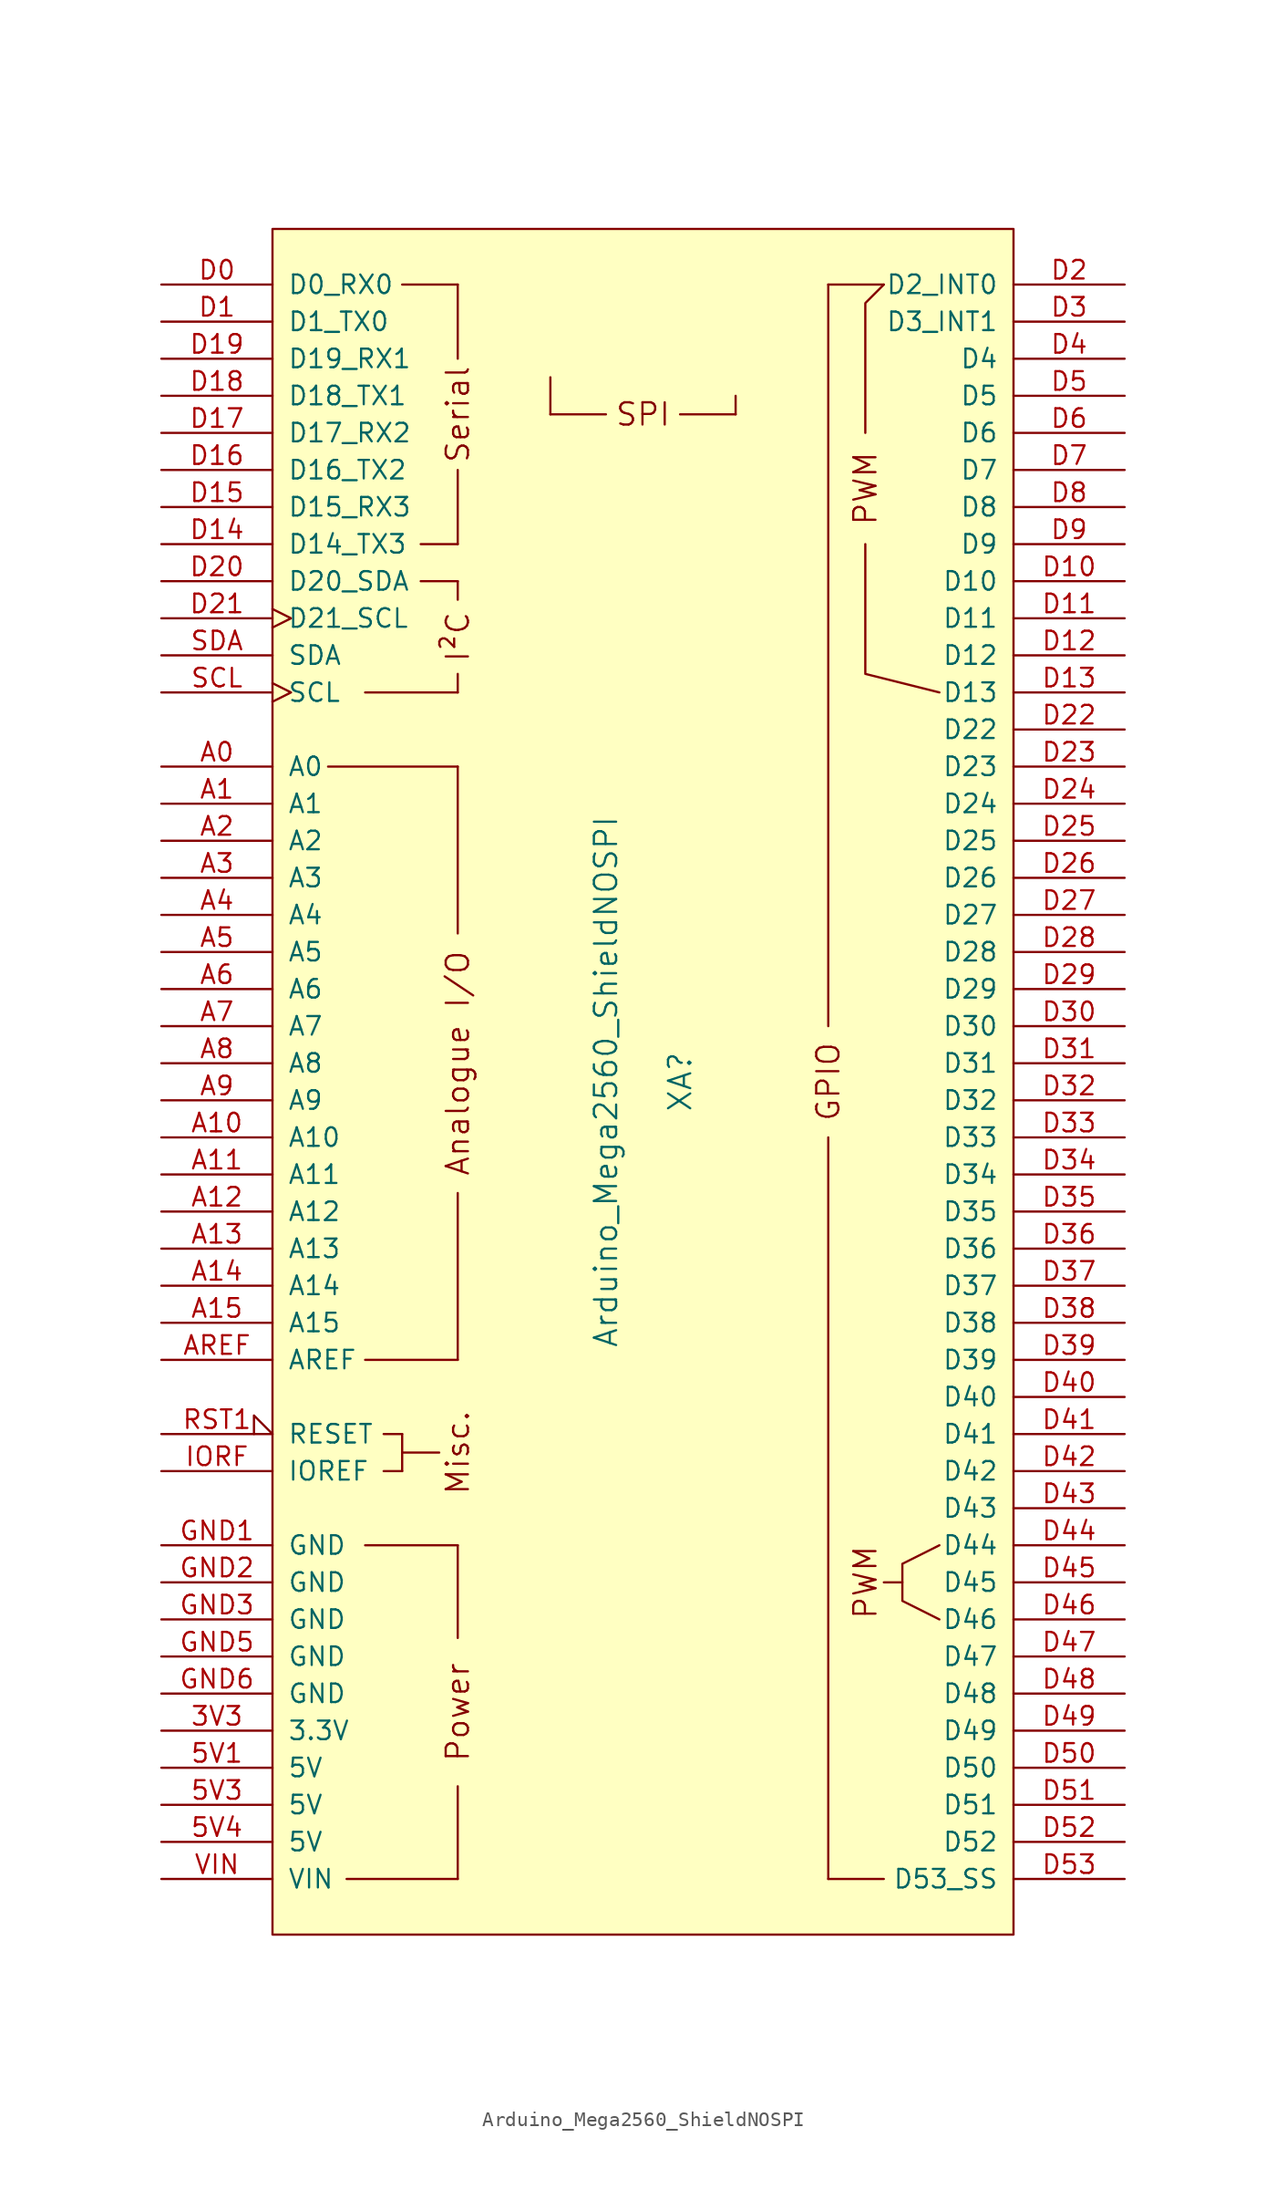
<source format=kicad_sym>
(kicad_symbol_lib
  (version 20211014)
  (generator kicad_symbol_editor)
  (symbol "Arduino_Mega2560_ShieldNOSPI"
    (pin_names
      (offset 1.016))
    (property "Reference" "XA"
      (at 2.54 0 90)
      (effects (font (size 1.524 1.524))))
    (property "Value" "Arduino_Mega2560_ShieldNOSPI"
      (at -2.54 0 90)
      (effects (font (size 1.524 1.524))))
    (symbol "Arduino_Mega2560_ShieldNOSPI_0_0"
      (rectangle (start -25.4 -58.42) (end 25.4 58.42) (stroke (width 0) (type default) (color 0 0 0 0)) (fill (type background)))
      (rectangle (start -20.32 -54.61) (end -12.7 -54.61) (stroke (width 0) (type default) (color 0 0 0 0)) (fill (type none)))
      (rectangle (start -19.05 -31.75) (end -12.7 -31.75) (stroke (width 0) (type default) (color 0 0 0 0)) (fill (type none)))
      (rectangle (start -19.05 -19.05) (end -12.7 -19.05) (stroke (width 0) (type default) (color 0 0 0 0)) (fill (type none)))
      (rectangle (start -19.05 26.67) (end -12.7 26.67) (stroke (width 0) (type default) (color 0 0 0 0)) (fill (type none)))
      (rectangle (start -17.78 -26.67) (end -16.51 -26.67) (stroke (width 0) (type default) (color 0 0 0 0)) (fill (type none)))
      (rectangle (start -17.78 -24.13) (end -16.51 -24.13) (stroke (width 0) (type default) (color 0 0 0 0)) (fill (type none)))
      (rectangle (start -16.51 -25.4) (end -13.97 -25.4) (stroke (width 0) (type default) (color 0 0 0 0)) (fill (type none)))
      (rectangle (start -16.51 -24.13) (end -16.51 -26.67) (stroke (width 0) (type default) (color 0 0 0 0)) (fill (type none)))
      (rectangle (start -16.51 54.61) (end -12.7 54.61) (stroke (width 0) (type default) (color 0 0 0 0)) (fill (type none)))
      (rectangle (start -15.24 34.29) (end -12.7 34.29) (stroke (width 0) (type default) (color 0 0 0 0)) (fill (type none)))
      (rectangle (start -15.24 36.83) (end -12.7 36.83) (stroke (width 0) (type default) (color 0 0 0 0)) (fill (type none)))
      (rectangle (start -12.7 -54.61) (end -12.7 -48.26) (stroke (width 0) (type default) (color 0 0 0 0)) (fill (type none)))
      (rectangle (start -12.7 -31.75) (end -12.7 -38.1) (stroke (width 0) (type default) (color 0 0 0 0)) (fill (type none)))
      (rectangle (start -12.7 26.67) (end -12.7 27.94) (stroke (width 0) (type default) (color 0 0 0 0)) (fill (type none)))
      (rectangle (start -12.7 34.29) (end -12.7 33.02) (stroke (width 0) (type default) (color 0 0 0 0)) (fill (type none)))
      (rectangle (start -12.7 41.91) (end -12.7 36.83) (stroke (width 0) (type default) (color 0 0 0 0)) (fill (type none)))
      (rectangle (start -12.7 49.53) (end -12.7 54.61) (stroke (width 0) (type default) (color 0 0 0 0)) (fill (type none)))
      (rectangle (start -6.35 48.26) (end -6.35 45.72) (stroke (width 0) (type default) (color 0 0 0 0)) (fill (type none)))
      (rectangle (start -2.54 45.72) (end -6.35 45.72) (stroke (width 0) (type default) (color 0 0 0 0)) (fill (type none)))
      (polyline (pts (xy -21.59 21.59) (xy -12.7 21.59)) (stroke (width 0) (type default) (color 0 0 0 0)) (fill (type none)))
      (polyline (pts (xy -12.7 -19.05) (xy -12.7 -7.62)) (stroke (width 0) (type default) (color 0 0 0 0)) (fill (type none)))
      (polyline (pts (xy -12.7 10.16) (xy -12.7 21.59)) (stroke (width 0) (type default) (color 0 0 0 0)) (fill (type none)))
      (polyline (pts (xy 12.7 -54.61) (xy 16.51 -54.61)) (stroke (width 0) (type default) (color 0 0 0 0)) (fill (type none)))
      (polyline (pts (xy 12.7 54.61) (xy 16.51 54.61)) (stroke (width 0) (type default) (color 0 0 0 0)) (fill (type none)))
      (polyline (pts (xy 17.78 -34.29) (xy 16.51 -34.29)) (stroke (width 0) (type default) (color 0 0 0 0)) (fill (type none)))
      (polyline (pts (xy 15.24 36.83) (xy 15.24 27.94) (xy 20.32 26.67)) (stroke (width 0) (type default) (color 0 0 0 0)) (fill (type none)))
      (polyline (pts (xy 15.24 44.45) (xy 15.24 53.34) (xy 16.51 54.61)) (stroke (width 0) (type default) (color 0 0 0 0)) (fill (type none)))
      (polyline (pts (xy 20.32 -31.75) (xy 17.78 -33.02) (xy 17.78 -35.56) (xy 20.32 -36.83)) (stroke (width 0) (type default) (color 0 0 0 0)) (fill (type none)))
      (rectangle (start 6.35 45.72) (end 2.54 45.72) (stroke (width 0) (type default) (color 0 0 0 0)) (fill (type none)))
      (rectangle (start 6.35 46.99) (end 6.35 45.72) (stroke (width 0) (type default) (color 0 0 0 0)) (fill (type none)))
      (text "Analogue I/O" (at -12.7 1.27 900) (effects (font (size 1.524 1.524))))
      (text "I²C" (at -12.7 30.48 900) (effects (font (size 1.524 1.524))))
      (text "Misc." (at -12.7 -25.4 900) (effects (font (size 1.524 1.524))))
      (text "Power" (at -12.7 -43.18 900) (effects (font (size 1.524 1.524))))
      (text "PWM" (at 15.24 -34.29 900) (effects (font (size 1.524 1.524))))
      (text "PWM" (at 15.24 40.64 900) (effects (font (size 1.524 1.524))))
      (text "Serial" (at -12.7 45.72 900) (effects (font (size 1.524 1.524))))
      (text "SPI" (at 0 45.72 0) (effects (font (size 1.524 1.524)))))
    (symbol "Arduino_Mega2560_ShieldNOSPI_1_0"
      (rectangle (start 12.7 -54.61) (end 12.7 -3.81) (stroke (width 0) (type default) (color 0 0 0 0)) (fill (type none)))
      (rectangle (start 12.7 54.61) (end 12.7 3.81) (stroke (width 0) (type default) (color 0 0 0 0)) (fill (type none)))
      (text "GPIO" (at 12.7 0 900) (effects (font (size 1.524 1.524)))))
    (symbol "Arduino_Mega2560_ShieldNOSPI_1_1"
      (pin power_in line (at -33.02 -44.45 0) (length 7.62) (name "3.3V" (effects (font (size 1.27 1.27)))) (number "3V3" (effects (font (size 1.27 1.27)))))
      (pin power_in line (at -33.02 -46.99 0) (length 7.62) (name "5V" (effects (font (size 1.27 1.27)))) (number "5V1" (effects (font (size 1.27 1.27)))))
      (pin power_in line (at -33.02 -49.53 0) (length 7.62) (name "5V" (effects (font (size 1.27 1.27)))) (number "5V3" (effects (font (size 1.27 1.27)))))
      (pin power_in line (at -33.02 -52.07 0) (length 7.62) (name "5V" (effects (font (size 1.27 1.27)))) (number "5V4" (effects (font (size 1.27 1.27)))))
      (pin bidirectional line (at -33.02 21.59 0) (length 7.62) (name "A0" (effects (font (size 1.27 1.27)))) (number "A0" (effects (font (size 1.27 1.27)))))
      (pin bidirectional line (at -33.02 19.05 0) (length 7.62) (name "A1" (effects (font (size 1.27 1.27)))) (number "A1" (effects (font (size 1.27 1.27)))))
      (pin bidirectional line (at -33.02 -3.81 0) (length 7.62) (name "A10" (effects (font (size 1.27 1.27)))) (number "A10" (effects (font (size 1.27 1.27)))))
      (pin bidirectional line (at -33.02 -6.35 0) (length 7.62) (name "A11" (effects (font (size 1.27 1.27)))) (number "A11" (effects (font (size 1.27 1.27)))))
      (pin bidirectional line (at -33.02 -8.89 0) (length 7.62) (name "A12" (effects (font (size 1.27 1.27)))) (number "A12" (effects (font (size 1.27 1.27)))))
      (pin bidirectional line (at -33.02 -11.43 0) (length 7.62) (name "A13" (effects (font (size 1.27 1.27)))) (number "A13" (effects (font (size 1.27 1.27)))))
      (pin bidirectional line (at -33.02 -13.97 0) (length 7.62) (name "A14" (effects (font (size 1.27 1.27)))) (number "A14" (effects (font (size 1.27 1.27)))))
      (pin bidirectional line (at -33.02 -16.51 0) (length 7.62) (name "A15" (effects (font (size 1.27 1.27)))) (number "A15" (effects (font (size 1.27 1.27)))))
      (pin bidirectional line (at -33.02 16.51 0) (length 7.62) (name "A2" (effects (font (size 1.27 1.27)))) (number "A2" (effects (font (size 1.27 1.27)))))
      (pin bidirectional line (at -33.02 13.97 0) (length 7.62) (name "A3" (effects (font (size 1.27 1.27)))) (number "A3" (effects (font (size 1.27 1.27)))))
      (pin bidirectional line (at -33.02 11.43 0) (length 7.62) (name "A4" (effects (font (size 1.27 1.27)))) (number "A4" (effects (font (size 1.27 1.27)))))
      (pin bidirectional line (at -33.02 8.89 0) (length 7.62) (name "A5" (effects (font (size 1.27 1.27)))) (number "A5" (effects (font (size 1.27 1.27)))))
      (pin bidirectional line (at -33.02 6.35 0) (length 7.62) (name "A6" (effects (font (size 1.27 1.27)))) (number "A6" (effects (font (size 1.27 1.27)))))
      (pin bidirectional line (at -33.02 3.81 0) (length 7.62) (name "A7" (effects (font (size 1.27 1.27)))) (number "A7" (effects (font (size 1.27 1.27)))))
      (pin bidirectional line (at -33.02 1.27 0) (length 7.62) (name "A8" (effects (font (size 1.27 1.27)))) (number "A8" (effects (font (size 1.27 1.27)))))
      (pin bidirectional line (at -33.02 -1.27 0) (length 7.62) (name "A9" (effects (font (size 1.27 1.27)))) (number "A9" (effects (font (size 1.27 1.27)))))
      (pin input line (at -33.02 -19.05 0) (length 7.62) (name "AREF" (effects (font (size 1.27 1.27)))) (number "AREF" (effects (font (size 1.27 1.27)))))
      (pin bidirectional line (at -33.02 54.61 0) (length 7.62) (name "D0_RX0" (effects (font (size 1.27 1.27)))) (number "D0" (effects (font (size 1.27 1.27)))))
      (pin bidirectional line (at -33.02 52.07 0) (length 7.62) (name "D1_TX0" (effects (font (size 1.27 1.27)))) (number "D1" (effects (font (size 1.27 1.27)))))
      (pin bidirectional line (at 33.02 34.29 180) (length 7.62) (name "D10" (effects (font (size 1.27 1.27)))) (number "D10" (effects (font (size 1.27 1.27)))))
      (pin bidirectional line (at 33.02 31.75 180) (length 7.62) (name "D11" (effects (font (size 1.27 1.27)))) (number "D11" (effects (font (size 1.27 1.27)))))
      (pin bidirectional line (at 33.02 29.21 180) (length 7.62) (name "D12" (effects (font (size 1.27 1.27)))) (number "D12" (effects (font (size 1.27 1.27)))))
      (pin bidirectional line (at 33.02 26.67 180) (length 7.62) (name "D13" (effects (font (size 1.27 1.27)))) (number "D13" (effects (font (size 1.27 1.27)))))
      (pin bidirectional line (at -33.02 36.83 0) (length 7.62) (name "D14_TX3" (effects (font (size 1.27 1.27)))) (number "D14" (effects (font (size 1.27 1.27)))))
      (pin bidirectional line (at -33.02 39.37 0) (length 7.62) (name "D15_RX3" (effects (font (size 1.27 1.27)))) (number "D15" (effects (font (size 1.27 1.27)))))
      (pin bidirectional line (at -33.02 41.91 0) (length 7.62) (name "D16_TX2" (effects (font (size 1.27 1.27)))) (number "D16" (effects (font (size 1.27 1.27)))))
      (pin bidirectional line (at -33.02 44.45 0) (length 7.62) (name "D17_RX2" (effects (font (size 1.27 1.27)))) (number "D17" (effects (font (size 1.27 1.27)))))
      (pin bidirectional line (at -33.02 46.99 0) (length 7.62) (name "D18_TX1" (effects (font (size 1.27 1.27)))) (number "D18" (effects (font (size 1.27 1.27)))))
      (pin bidirectional line (at -33.02 49.53 0) (length 7.62) (name "D19_RX1" (effects (font (size 1.27 1.27)))) (number "D19" (effects (font (size 1.27 1.27)))))
      (pin bidirectional line (at 33.02 54.61 180) (length 7.62) (name "D2_INT0" (effects (font (size 1.27 1.27)))) (number "D2" (effects (font (size 1.27 1.27)))))
      (pin bidirectional line (at -33.02 34.29 0) (length 7.62) (name "D20_SDA" (effects (font (size 1.27 1.27)))) (number "D20" (effects (font (size 1.27 1.27)))))
      (pin bidirectional clock (at -33.02 31.75 0) (length 7.62) (name "D21_SCL" (effects (font (size 1.27 1.27)))) (number "D21" (effects (font (size 1.27 1.27)))))
      (pin bidirectional line (at 33.02 24.13 180) (length 7.62) (name "D22" (effects (font (size 1.27 1.27)))) (number "D22" (effects (font (size 1.27 1.27)))))
      (pin bidirectional line (at 33.02 21.59 180) (length 7.62) (name "D23" (effects (font (size 1.27 1.27)))) (number "D23" (effects (font (size 1.27 1.27)))))
      (pin bidirectional line (at 33.02 19.05 180) (length 7.62) (name "D24" (effects (font (size 1.27 1.27)))) (number "D24" (effects (font (size 1.27 1.27)))))
      (pin bidirectional line (at 33.02 16.51 180) (length 7.62) (name "D25" (effects (font (size 1.27 1.27)))) (number "D25" (effects (font (size 1.27 1.27)))))
      (pin bidirectional line (at 33.02 13.97 180) (length 7.62) (name "D26" (effects (font (size 1.27 1.27)))) (number "D26" (effects (font (size 1.27 1.27)))))
      (pin bidirectional line (at 33.02 11.43 180) (length 7.62) (name "D27" (effects (font (size 1.27 1.27)))) (number "D27" (effects (font (size 1.27 1.27)))))
      (pin bidirectional line (at 33.02 8.89 180) (length 7.62) (name "D28" (effects (font (size 1.27 1.27)))) (number "D28" (effects (font (size 1.27 1.27)))))
      (pin bidirectional line (at 33.02 6.35 180) (length 7.62) (name "D29" (effects (font (size 1.27 1.27)))) (number "D29" (effects (font (size 1.27 1.27)))))
      (pin bidirectional line (at 33.02 52.07 180) (length 7.62) (name "D3_INT1" (effects (font (size 1.27 1.27)))) (number "D3" (effects (font (size 1.27 1.27)))))
      (pin bidirectional line (at 33.02 3.81 180) (length 7.62) (name "D30" (effects (font (size 1.27 1.27)))) (number "D30" (effects (font (size 1.27 1.27)))))
      (pin bidirectional line (at 33.02 1.27 180) (length 7.62) (name "D31" (effects (font (size 1.27 1.27)))) (number "D31" (effects (font (size 1.27 1.27)))))
      (pin bidirectional line (at 33.02 -1.27 180) (length 7.62) (name "D32" (effects (font (size 1.27 1.27)))) (number "D32" (effects (font (size 1.27 1.27)))))
      (pin bidirectional line (at 33.02 -3.81 180) (length 7.62) (name "D33" (effects (font (size 1.27 1.27)))) (number "D33" (effects (font (size 1.27 1.27)))))
      (pin bidirectional line (at 33.02 -6.35 180) (length 7.62) (name "D34" (effects (font (size 1.27 1.27)))) (number "D34" (effects (font (size 1.27 1.27)))))
      (pin bidirectional line (at 33.02 -8.89 180) (length 7.62) (name "D35" (effects (font (size 1.27 1.27)))) (number "D35" (effects (font (size 1.27 1.27)))))
      (pin bidirectional line (at 33.02 -11.43 180) (length 7.62) (name "D36" (effects (font (size 1.27 1.27)))) (number "D36" (effects (font (size 1.27 1.27)))))
      (pin bidirectional line (at 33.02 -13.97 180) (length 7.62) (name "D37" (effects (font (size 1.27 1.27)))) (number "D37" (effects (font (size 1.27 1.27)))))
      (pin bidirectional line (at 33.02 -16.51 180) (length 7.62) (name "D38" (effects (font (size 1.27 1.27)))) (number "D38" (effects (font (size 1.27 1.27)))))
      (pin bidirectional line (at 33.02 -19.05 180) (length 7.62) (name "D39" (effects (font (size 1.27 1.27)))) (number "D39" (effects (font (size 1.27 1.27)))))
      (pin bidirectional line (at 33.02 49.53 180) (length 7.62) (name "D4" (effects (font (size 1.27 1.27)))) (number "D4" (effects (font (size 1.27 1.27)))))
      (pin bidirectional line (at 33.02 -21.59 180) (length 7.62) (name "D40" (effects (font (size 1.27 1.27)))) (number "D40" (effects (font (size 1.27 1.27)))))
      (pin bidirectional line (at 33.02 -24.13 180) (length 7.62) (name "D41" (effects (font (size 1.27 1.27)))) (number "D41" (effects (font (size 1.27 1.27)))))
      (pin bidirectional line (at 33.02 -26.67 180) (length 7.62) (name "D42" (effects (font (size 1.27 1.27)))) (number "D42" (effects (font (size 1.27 1.27)))))
      (pin bidirectional line (at 33.02 -29.21 180) (length 7.62) (name "D43" (effects (font (size 1.27 1.27)))) (number "D43" (effects (font (size 1.27 1.27)))))
      (pin bidirectional line (at 33.02 -31.75 180) (length 7.62) (name "D44" (effects (font (size 1.27 1.27)))) (number "D44" (effects (font (size 1.27 1.27)))))
      (pin bidirectional line (at 33.02 -34.29 180) (length 7.62) (name "D45" (effects (font (size 1.27 1.27)))) (number "D45" (effects (font (size 1.27 1.27)))))
      (pin bidirectional line (at 33.02 -36.83 180) (length 7.62) (name "D46" (effects (font (size 1.27 1.27)))) (number "D46" (effects (font (size 1.27 1.27)))))
      (pin bidirectional line (at 33.02 -39.37 180) (length 7.62) (name "D47" (effects (font (size 1.27 1.27)))) (number "D47" (effects (font (size 1.27 1.27)))))
      (pin bidirectional line (at 33.02 -41.91 180) (length 7.62) (name "D48" (effects (font (size 1.27 1.27)))) (number "D48" (effects (font (size 1.27 1.27)))))
      (pin bidirectional line (at 33.02 -44.45 180) (length 7.62) (name "D49" (effects (font (size 1.27 1.27)))) (number "D49" (effects (font (size 1.27 1.27)))))
      (pin bidirectional line (at 33.02 46.99 180) (length 7.62) (name "D5" (effects (font (size 1.27 1.27)))) (number "D5" (effects (font (size 1.27 1.27)))))
      (pin bidirectional line (at 33.02 -46.99 180) (length 7.62) (name "D50" (effects (font (size 1.27 1.27)))) (number "D50" (effects (font (size 1.27 1.27)))))
      (pin bidirectional line (at 33.02 -49.53 180) (length 7.62) (name "D51" (effects (font (size 1.27 1.27)))) (number "D51" (effects (font (size 1.27 1.27)))))
      (pin bidirectional line (at 33.02 -52.07 180) (length 7.62) (name "D52" (effects (font (size 1.27 1.27)))) (number "D52" (effects (font (size 1.27 1.27)))))
      (pin bidirectional line (at 33.02 -54.61 180) (length 7.62) (name "D53_SS" (effects (font (size 1.27 1.27)))) (number "D53" (effects (font (size 1.27 1.27)))))
      (pin bidirectional line (at 33.02 44.45 180) (length 7.62) (name "D6" (effects (font (size 1.27 1.27)))) (number "D6" (effects (font (size 1.27 1.27)))))
      (pin bidirectional line (at 33.02 41.91 180) (length 7.62) (name "D7" (effects (font (size 1.27 1.27)))) (number "D7" (effects (font (size 1.27 1.27)))))
      (pin bidirectional line (at 33.02 39.37 180) (length 7.62) (name "D8" (effects (font (size 1.27 1.27)))) (number "D8" (effects (font (size 1.27 1.27)))))
      (pin bidirectional line (at 33.02 36.83 180) (length 7.62) (name "D9" (effects (font (size 1.27 1.27)))) (number "D9" (effects (font (size 1.27 1.27)))))
      (pin power_in line (at -33.02 -31.75 0) (length 7.62) (name "GND" (effects (font (size 1.27 1.27)))) (number "GND1" (effects (font (size 1.27 1.27)))))
      (pin power_in line (at -33.02 -34.29 0) (length 7.62) (name "GND" (effects (font (size 1.27 1.27)))) (number "GND2" (effects (font (size 1.27 1.27)))))
      (pin power_in line (at -33.02 -36.83 0) (length 7.62) (name "GND" (effects (font (size 1.27 1.27)))) (number "GND3" (effects (font (size 1.27 1.27)))))
      (pin power_in line (at -33.02 -39.37 0) (length 7.62) (name "GND" (effects (font (size 1.27 1.27)))) (number "GND5" (effects (font (size 1.27 1.27)))))
      (pin power_in line (at -33.02 -41.91 0) (length 7.62) (name "GND" (effects (font (size 1.27 1.27)))) (number "GND6" (effects (font (size 1.27 1.27)))))
      (pin output line (at -33.02 -26.67 0) (length 7.62) (name "IOREF" (effects (font (size 1.27 1.27)))) (number "IORF" (effects (font (size 1.27 1.27)))))
      (pin open_collector input_low (at -33.02 -24.13 0) (length 7.62) (name "RESET" (effects (font (size 1.27 1.27)))) (number "RST1" (effects (font (size 1.27 1.27)))))
      (pin bidirectional clock (at -33.02 26.67 0) (length 7.62) (name "SCL" (effects (font (size 1.27 1.27)))) (number "SCL" (effects (font (size 1.27 1.27)))))
      (pin bidirectional line (at -33.02 29.21 0) (length 7.62) (name "SDA" (effects (font (size 1.27 1.27)))) (number "SDA" (effects (font (size 1.27 1.27)))))
      (pin power_in line (at -33.02 -54.61 0) (length 7.62) (name "VIN" (effects (font (size 1.27 1.27)))) (number "VIN" (effects (font (size 1.27 1.27))))))))
</source>
